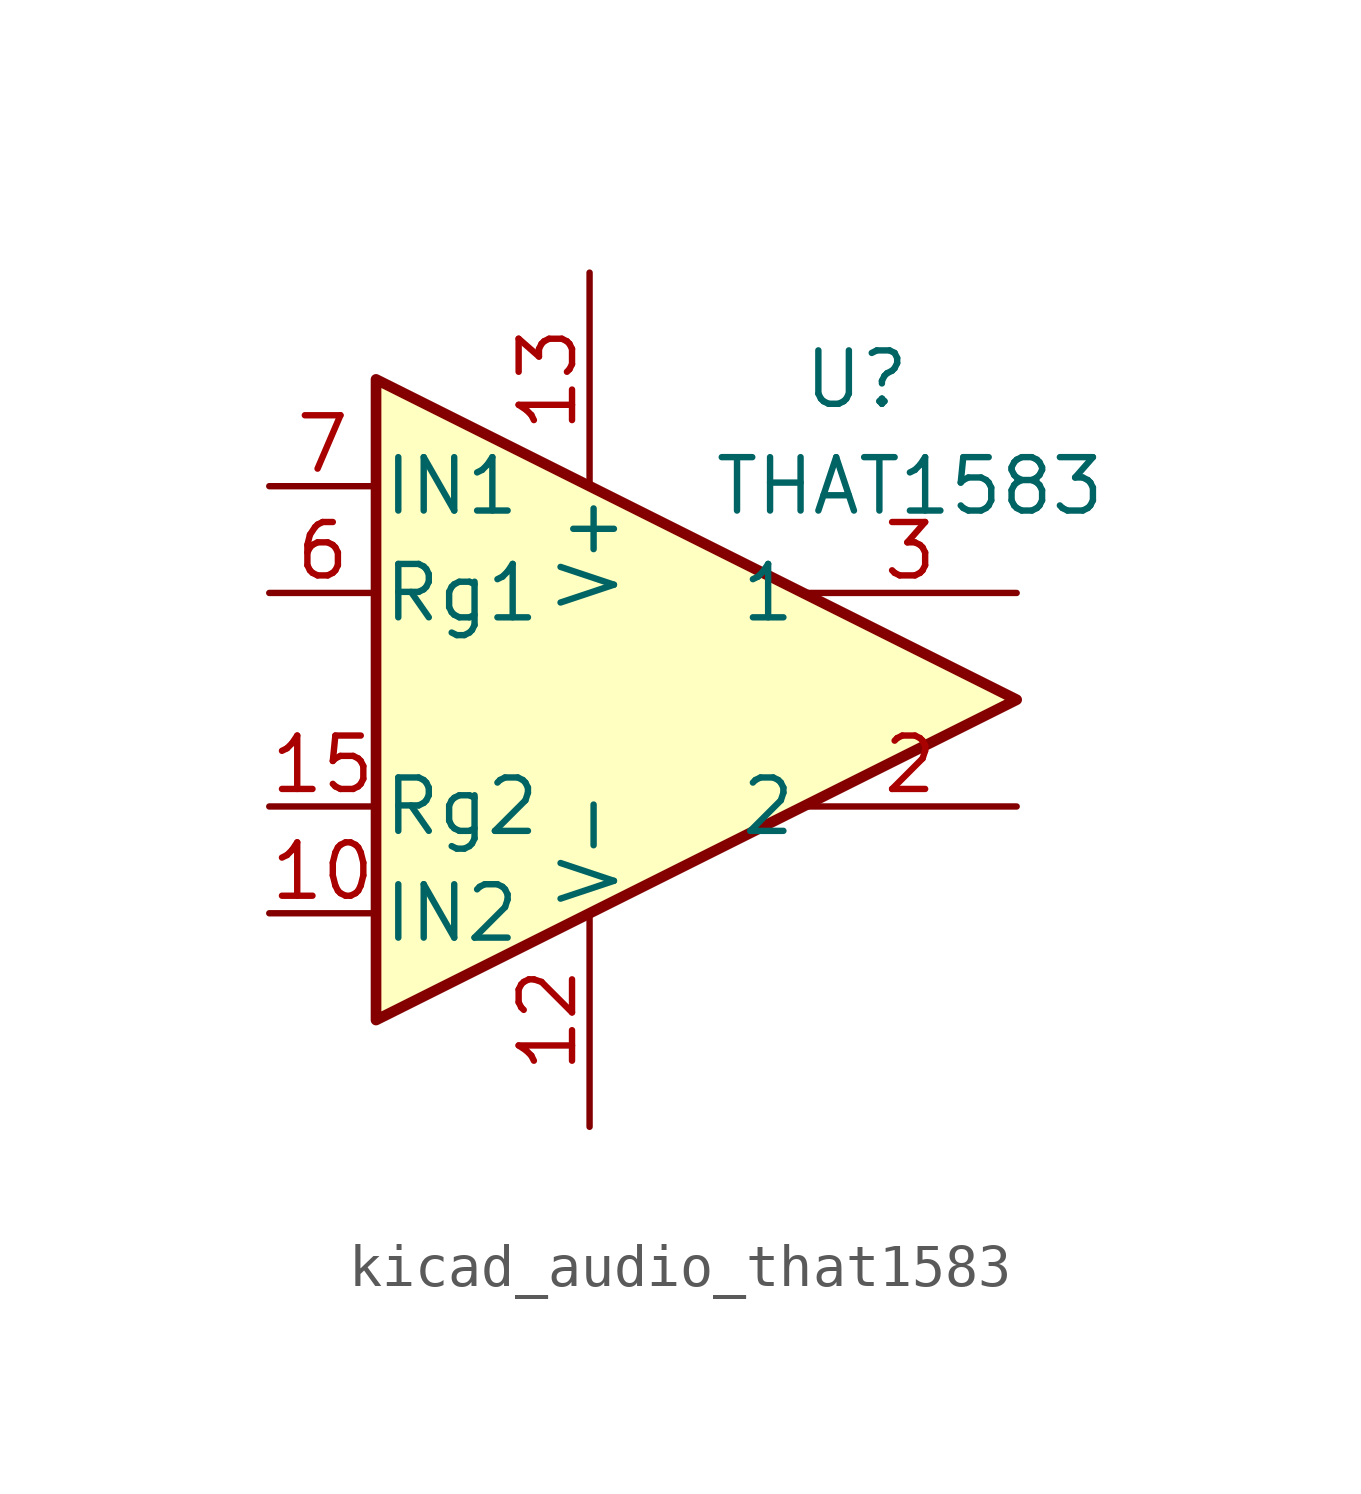
<source format=kicad_sym>
(kicad_symbol_lib
  (version 20220914)
  (generator kicad_symbol_editor)
  (symbol "kicad_audio_that1583"
    (pin_names
      (offset 0.127))
    (property "Reference" "U"
      (at 3.81 7.62 0)
      (effects (font (size 1.27 1.27))))
    (property "Value" "THAT1583"
      (at 5.08 5.08 0)
      (effects (font (size 1.27 1.27))))
    (symbol "kicad_audio_that1583_0_1"
      (polyline (pts (xy -7.62 7.62) (xy -7.62 -7.62) (xy 7.62 0) (xy -7.62 7.62)) (stroke (width 0.254) (type default)) (fill (type background))))
    (symbol "kicad_audio_that1583_1_1"
      (pin input line (at -10.16 -5.08 0) (length 2.54) (name "IN2" (effects (font (size 1.27 1.27)))) (number "10" (effects (font (size 1.27 1.27)))))
      (pin power_in line (at -2.54 -10.16 90) (length 5.08) (name "V-" (effects (font (size 1.27 1.27)))) (number "12" (effects (font (size 1.27 1.27)))))
      (pin power_in line (at -2.54 10.16 270) (length 5.08) (name "V+" (effects (font (size 1.27 1.27)))) (number "13" (effects (font (size 1.27 1.27)))))
      (pin passive line (at -10.16 -2.54 0) (length 2.54) (name "Rg2" (effects (font (size 1.27 1.27)))) (number "15" (effects (font (size 1.27 1.27)))))
      (pin passive line (at -2.54 -10.16 90) (length 5.08) hide (name "V-" (effects (font (size 1.27 1.27)))) (number "17" (effects (font (size 1.27 1.27)))))
      (pin output line (at 7.62 -2.54 180) (length 5.08) (name "2" (effects (font (size 1.27 1.27)))) (number "2" (effects (font (size 1.27 1.27)))))
      (pin output line (at 7.62 2.54 180) (length 5.08) (name "1" (effects (font (size 1.27 1.27)))) (number "3" (effects (font (size 1.27 1.27)))))
      (pin passive line (at -10.16 2.54 0) (length 2.54) (name "Rg1" (effects (font (size 1.27 1.27)))) (number "6" (effects (font (size 1.27 1.27)))))
      (pin input line (at -10.16 5.08 0) (length 2.54) (name "IN1" (effects (font (size 1.27 1.27)))) (number "7" (effects (font (size 1.27 1.27))))))))
</source>
